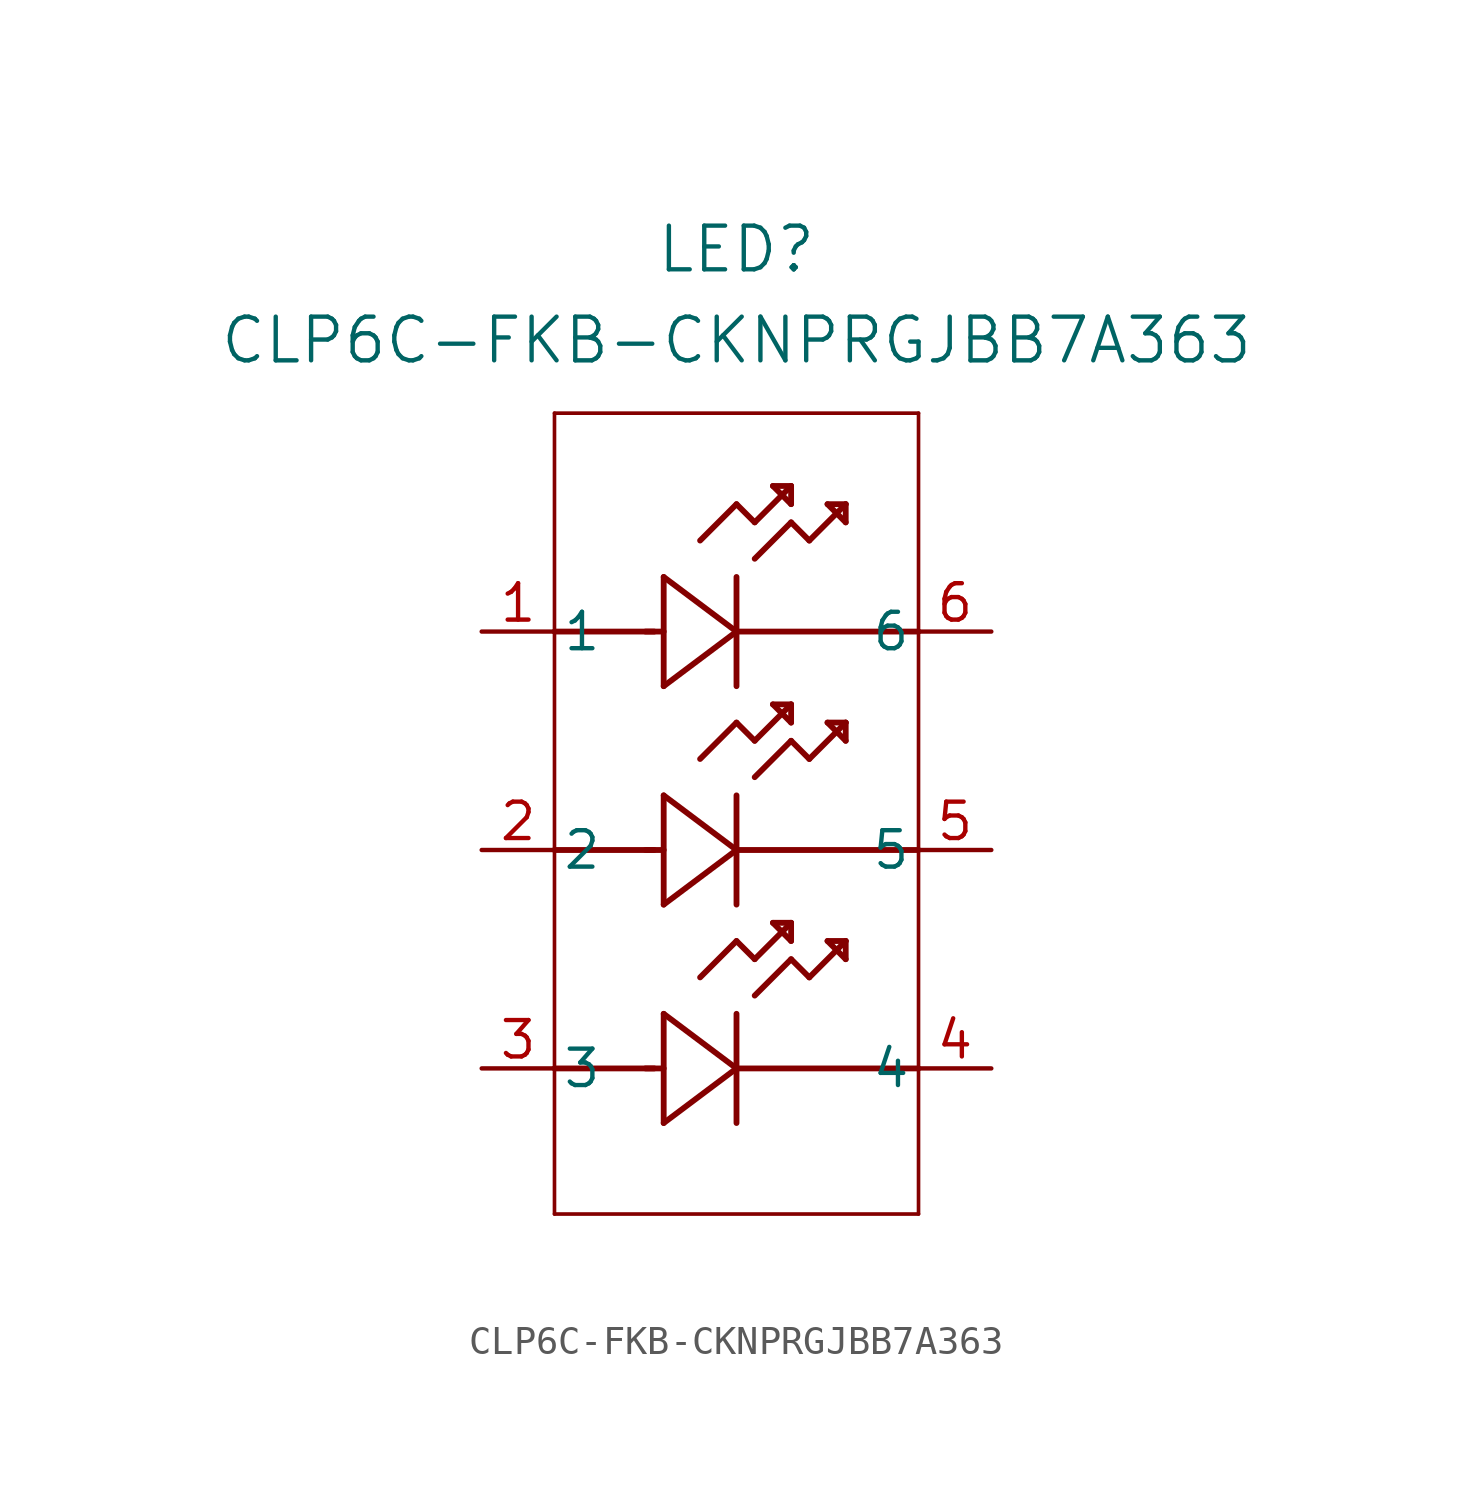
<source format=kicad_sym>
(kicad_symbol_lib
  (version 20211014)
  (generator kicad_symbol_editor)
  (symbol "CLP6C-FKB-CKNPRGJBB7A363"
    (pin_names
      (offset 0.254))
    (property "Reference" "LED"
      (at 8.89 13.335 0)
      (effects (font (size 1.524 1.524))))
    (property "Value" "CLP6C-FKB-CKNPRGJBB7A363"
      (at 8.89 10.16 0)
      (effects (font (size 1.524 1.524))))
    (symbol "CLP6C-FKB-CKNPRGJBB7A363_0_1"
      (polyline (pts (xy 2.54 0) (xy 6.02 0)) (stroke (width 0.203) (type default) (color 0 0 0 0)) (fill (type none)))
      (polyline (pts (xy 6.35 1.905) (xy 6.35 -1.905)) (stroke (width 0.203) (type default) (color 0 0 0 0)) (fill (type none)))
      (polyline (pts (xy 5.715 0) (xy 6.35 0)) (stroke (width 0.203) (type default) (color 0 0 0 0)) (fill (type none)))
      (polyline (pts (xy 8.89 -1.905) (xy 8.89 1.905)) (stroke (width 0.203) (type default) (color 0 0 0 0)) (fill (type none)))
      (polyline (pts (xy 8.89 0) (xy 15.24 0)) (stroke (width 0.203) (type default) (color 0 0 0 0)) (fill (type none)))
      (polyline (pts (xy 8.89 4.445) (xy 9.525 3.81)) (stroke (width 0.203) (type default) (color 0 0 0 0)) (fill (type none)))
      (polyline (pts (xy 9.525 3.81) (xy 10.795 5.08)) (stroke (width 0.203) (type default) (color 0 0 0 0)) (fill (type none)))
      (polyline (pts (xy 10.795 3.81) (xy 11.43 3.175)) (stroke (width 0.203) (type default) (color 0 0 0 0)) (fill (type none)))
      (polyline (pts (xy 11.43 3.175) (xy 12.7 4.445)) (stroke (width 0.203) (type default) (color 0 0 0 0)) (fill (type none)))
      (polyline (pts (xy 10.795 5.08) (xy 10.16 5.08)) (stroke (width 0.203) (type default) (color 0 0 0 0)) (fill (type none)))
      (polyline (pts (xy 10.16 5.08) (xy 10.795 4.445)) (stroke (width 0.203) (type default) (color 0 0 0 0)) (fill (type none)))
      (polyline (pts (xy 10.795 4.445) (xy 10.795 5.08)) (stroke (width 0.203) (type default) (color 0 0 0 0)) (fill (type none)))
      (polyline (pts (xy 12.7 4.445) (xy 12.065 4.445)) (stroke (width 0.203) (type default) (color 0 0 0 0)) (fill (type none)))
      (polyline (pts (xy 12.065 4.445) (xy 12.7 3.81)) (stroke (width 0.203) (type default) (color 0 0 0 0)) (fill (type none)))
      (polyline (pts (xy 12.7 3.81) (xy 12.7 4.445)) (stroke (width 0.203) (type default) (color 0 0 0 0)) (fill (type none)))
      (polyline (pts (xy 9.525 2.54) (xy 10.795 3.81)) (stroke (width 0.203) (type default) (color 0 0 0 0)) (fill (type none)))
      (polyline (pts (xy 8.89 0) (xy 6.35 1.905)) (stroke (width 0.203) (type default) (color 0 0 0 0)) (fill (type none)))
      (polyline (pts (xy 6.35 -1.905) (xy 8.89 0)) (stroke (width 0.203) (type default) (color 0 0 0 0)) (fill (type none)))
      (polyline (pts (xy 7.62 3.175) (xy 8.89 4.445)) (stroke (width 0.203) (type default) (color 0 0 0 0)) (fill (type none)))
      (polyline (pts (xy 2.54 -15.24) (xy 6.02 -15.24)) (stroke (width 0.203) (type default) (color 0 0 0 0)) (fill (type none)))
      (polyline (pts (xy 6.35 -5.715) (xy 6.35 -9.525)) (stroke (width 0.203) (type default) (color 0 0 0 0)) (fill (type none)))
      (polyline (pts (xy 5.715 -7.62) (xy 6.35 -7.62)) (stroke (width 0.203) (type default) (color 0 0 0 0)) (fill (type none)))
      (polyline (pts (xy 8.89 -9.525) (xy 8.89 -5.715)) (stroke (width 0.203) (type default) (color 0 0 0 0)) (fill (type none)))
      (polyline (pts (xy 8.89 -7.62) (xy 15.24 -7.62)) (stroke (width 0.203) (type default) (color 0 0 0 0)) (fill (type none)))
      (polyline (pts (xy 8.89 -3.175) (xy 9.525 -3.81)) (stroke (width 0.203) (type default) (color 0 0 0 0)) (fill (type none)))
      (polyline (pts (xy 9.525 -3.81) (xy 10.795 -2.54)) (stroke (width 0.203) (type default) (color 0 0 0 0)) (fill (type none)))
      (polyline (pts (xy 10.795 -3.81) (xy 11.43 -4.445)) (stroke (width 0.203) (type default) (color 0 0 0 0)) (fill (type none)))
      (polyline (pts (xy 11.43 -4.445) (xy 12.7 -3.175)) (stroke (width 0.203) (type default) (color 0 0 0 0)) (fill (type none)))
      (polyline (pts (xy 10.795 -2.54) (xy 10.16 -2.54)) (stroke (width 0.203) (type default) (color 0 0 0 0)) (fill (type none)))
      (polyline (pts (xy 10.16 -2.54) (xy 10.795 -3.175)) (stroke (width 0.203) (type default) (color 0 0 0 0)) (fill (type none)))
      (polyline (pts (xy 10.795 -3.175) (xy 10.795 -2.54)) (stroke (width 0.203) (type default) (color 0 0 0 0)) (fill (type none)))
      (polyline (pts (xy 12.7 -3.175) (xy 12.065 -3.175)) (stroke (width 0.203) (type default) (color 0 0 0 0)) (fill (type none)))
      (polyline (pts (xy 12.065 -3.175) (xy 12.7 -3.81)) (stroke (width 0.203) (type default) (color 0 0 0 0)) (fill (type none)))
      (polyline (pts (xy 12.7 -3.81) (xy 12.7 -3.175)) (stroke (width 0.203) (type default) (color 0 0 0 0)) (fill (type none)))
      (polyline (pts (xy 9.525 -5.08) (xy 10.795 -3.81)) (stroke (width 0.203) (type default) (color 0 0 0 0)) (fill (type none)))
      (polyline (pts (xy 8.89 -7.62) (xy 6.35 -5.715)) (stroke (width 0.203) (type default) (color 0 0 0 0)) (fill (type none)))
      (polyline (pts (xy 6.35 -9.525) (xy 8.89 -7.62)) (stroke (width 0.203) (type default) (color 0 0 0 0)) (fill (type none)))
      (polyline (pts (xy 7.62 -4.445) (xy 8.89 -3.175)) (stroke (width 0.203) (type default) (color 0 0 0 0)) (fill (type none)))
      (polyline (pts (xy 6.35 -13.335) (xy 6.35 -17.145)) (stroke (width 0.203) (type default) (color 0 0 0 0)) (fill (type none)))
      (polyline (pts (xy 5.715 -15.24) (xy 6.35 -15.24)) (stroke (width 0.203) (type default) (color 0 0 0 0)) (fill (type none)))
      (polyline (pts (xy 8.89 -17.145) (xy 8.89 -13.335)) (stroke (width 0.203) (type default) (color 0 0 0 0)) (fill (type none)))
      (polyline (pts (xy 8.89 -15.24) (xy 15.24 -15.24)) (stroke (width 0.203) (type default) (color 0 0 0 0)) (fill (type none)))
      (polyline (pts (xy 8.89 -10.795) (xy 9.525 -11.43)) (stroke (width 0.203) (type default) (color 0 0 0 0)) (fill (type none)))
      (polyline (pts (xy 9.525 -11.43) (xy 10.795 -10.16)) (stroke (width 0.203) (type default) (color 0 0 0 0)) (fill (type none)))
      (polyline (pts (xy 10.795 -11.43) (xy 11.43 -12.065)) (stroke (width 0.203) (type default) (color 0 0 0 0)) (fill (type none)))
      (polyline (pts (xy 11.43 -12.065) (xy 12.7 -10.795)) (stroke (width 0.203) (type default) (color 0 0 0 0)) (fill (type none)))
      (polyline (pts (xy 10.795 -10.16) (xy 10.16 -10.16)) (stroke (width 0.203) (type default) (color 0 0 0 0)) (fill (type none)))
      (polyline (pts (xy 10.16 -10.16) (xy 10.795 -10.795)) (stroke (width 0.203) (type default) (color 0 0 0 0)) (fill (type none)))
      (polyline (pts (xy 10.795 -10.795) (xy 10.795 -10.16)) (stroke (width 0.203) (type default) (color 0 0 0 0)) (fill (type none)))
      (polyline (pts (xy 12.7 -10.795) (xy 12.065 -10.795)) (stroke (width 0.203) (type default) (color 0 0 0 0)) (fill (type none)))
      (polyline (pts (xy 12.065 -10.795) (xy 12.7 -11.43)) (stroke (width 0.203) (type default) (color 0 0 0 0)) (fill (type none)))
      (polyline (pts (xy 12.7 -11.43) (xy 12.7 -10.795)) (stroke (width 0.203) (type default) (color 0 0 0 0)) (fill (type none)))
      (polyline (pts (xy 9.525 -12.7) (xy 10.795 -11.43)) (stroke (width 0.203) (type default) (color 0 0 0 0)) (fill (type none)))
      (polyline (pts (xy 8.89 -15.24) (xy 6.35 -13.335)) (stroke (width 0.203) (type default) (color 0 0 0 0)) (fill (type none)))
      (polyline (pts (xy 6.35 -17.145) (xy 8.89 -15.24)) (stroke (width 0.203) (type default) (color 0 0 0 0)) (fill (type none)))
      (polyline (pts (xy 7.62 -12.065) (xy 8.89 -10.795)) (stroke (width 0.203) (type default) (color 0 0 0 0)) (fill (type none)))
      (polyline (pts (xy 2.54 7.62) (xy 2.54 -20.32)) (stroke (width 0.127) (type default) (color 0 0 0 0)) (fill (type none)))
      (polyline (pts (xy 2.54 -20.32) (xy 15.24 -20.32)) (stroke (width 0.127) (type default) (color 0 0 0 0)) (fill (type none)))
      (polyline (pts (xy 15.24 -20.32) (xy 15.24 7.62)) (stroke (width 0.127) (type default) (color 0 0 0 0)) (fill (type none)))
      (polyline (pts (xy 15.24 7.62) (xy 2.54 7.62)) (stroke (width 0.127) (type default) (color 0 0 0 0)) (fill (type none)))
      (polyline (pts (xy 2.54 -7.62) (xy 6.02 -7.62)) (stroke (width 0.203) (type default) (color 0 0 0 0)) (fill (type none)))
      (pin unspecified line (at 0 0 0) (length 2.54) (name "1" (effects (font (size 1.27 1.27)))) (number "1" (effects (font (size 1.27 1.27)))))
      (pin unspecified line (at 0 -7.62 0) (length 2.54) (name "2" (effects (font (size 1.27 1.27)))) (number "2" (effects (font (size 1.27 1.27)))))
      (pin unspecified line (at 0 -15.24 0) (length 2.54) (name "3" (effects (font (size 1.27 1.27)))) (number "3" (effects (font (size 1.27 1.27)))))
      (pin unspecified line (at 17.78 -15.24 180) (length 2.54) (name "4" (effects (font (size 1.27 1.27)))) (number "4" (effects (font (size 1.27 1.27)))))
      (pin unspecified line (at 17.78 -7.62 180) (length 2.54) (name "5" (effects (font (size 1.27 1.27)))) (number "5" (effects (font (size 1.27 1.27)))))
      (pin unspecified line (at 17.78 0 180) (length 2.54) (name "6" (effects (font (size 1.27 1.27)))) (number "6" (effects (font (size 1.27 1.27))))))))
</source>
